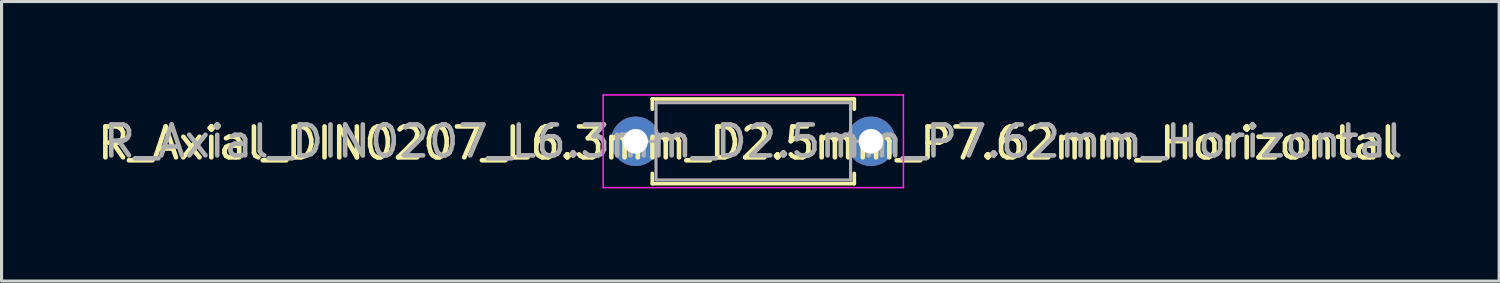
<source format=kicad_pcb>
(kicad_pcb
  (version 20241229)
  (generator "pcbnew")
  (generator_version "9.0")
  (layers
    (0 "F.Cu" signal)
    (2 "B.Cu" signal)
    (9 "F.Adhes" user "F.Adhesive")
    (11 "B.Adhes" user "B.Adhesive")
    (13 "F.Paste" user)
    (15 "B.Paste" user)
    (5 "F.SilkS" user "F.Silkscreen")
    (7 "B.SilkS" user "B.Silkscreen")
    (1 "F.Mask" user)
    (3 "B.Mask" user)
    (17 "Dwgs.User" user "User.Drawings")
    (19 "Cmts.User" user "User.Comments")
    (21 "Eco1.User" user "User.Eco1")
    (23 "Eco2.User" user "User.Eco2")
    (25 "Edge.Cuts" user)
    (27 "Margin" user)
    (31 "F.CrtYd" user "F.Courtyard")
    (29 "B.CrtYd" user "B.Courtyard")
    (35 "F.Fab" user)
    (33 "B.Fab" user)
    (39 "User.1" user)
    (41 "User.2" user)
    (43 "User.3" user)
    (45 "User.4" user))
  (footprint "R_Axial_DIN0207_L6.3mm_D2.5mm_P7.62mm_Horizontal"
    (layer "F.Cu")
    (at 17.529 1.525)
    (property "Reference" "R_Axial_DIN0207_L6.3mm_D2.5mm_P7.62mm_Horizontal" (at 3.619 0.064 0) (layer "F.SilkS") (effects (font (size 1 1) (thickness 0.15))))
    (attr through_hole)
    (fp_line (start 0.54 -1.37) (end 7.08 -1.37) (stroke (width 0.12) (type solid)) (layer "F.SilkS"))
    (fp_line (start 0.54 -1.04) (end 0.54 -1.37) (stroke (width 0.12) (type solid)) (layer "F.SilkS"))
    (fp_line (start 0.54 1.04) (end 0.54 1.37) (stroke (width 0.12) (type solid)) (layer "F.SilkS"))
    (fp_line (start 0.54 1.37) (end 7.08 1.37) (stroke (width 0.12) (type solid)) (layer "F.SilkS"))
    (fp_line (start 7.08 -1.37) (end 7.08 -1.04) (stroke (width 0.12) (type solid)) (layer "F.SilkS"))
    (fp_line (start 7.08 1.37) (end 7.08 1.04) (stroke (width 0.12) (type solid)) (layer "F.SilkS"))
    (fp_line (start -1.05 -1.5) (end -1.05 1.5) (stroke (width 0.05) (type solid)) (layer "F.CrtYd"))
    (fp_line (start -1.05 1.5) (end 8.67 1.5) (stroke (width 0.05) (type solid)) (layer "F.CrtYd"))
    (fp_line (start 8.67 -1.5) (end -1.05 -1.5) (stroke (width 0.05) (type solid)) (layer "F.CrtYd"))
    (fp_line (start 8.67 1.5) (end 8.67 -1.5) (stroke (width 0.05) (type solid)) (layer "F.CrtYd"))
    (fp_line (start 0 0) (end 0.66 0) (stroke (width 0.1) (type solid)) (layer "F.Fab"))
    (fp_line (start 0.66 -1.25) (end 0.66 1.25) (stroke (width 0.1) (type solid)) (layer "F.Fab"))
    (fp_line (start 0.66 1.25) (end 6.96 1.25) (stroke (width 0.1) (type solid)) (layer "F.Fab"))
    (fp_line (start 6.96 -1.25) (end 0.66 -1.25) (stroke (width 0.1) (type solid)) (layer "F.Fab"))
    (fp_line (start 6.96 1.25) (end 6.96 -1.25) (stroke (width 0.1) (type solid)) (layer "F.Fab"))
    (fp_line (start 7.62 0) (end 6.96 0) (stroke (width 0.1) (type solid)) (layer "F.Fab"))
    (fp_text user "${REFERENCE}" (at 3.81 0 0) (layer "F.Fab") (effects (font (size 1 1) (thickness 0.15))))
    (pad "1" thru_hole circle (at 0 0) (size 1.6 1.6) (drill 0.8) (layers "*.Cu" "*.Mask"))
    (pad "2" thru_hole oval (at 7.62 0) (size 1.6 1.6) (drill 0.8) (layers "*.Cu" "*.Mask")))
  (gr_rect
    (start -3 -3)
    (end 45.488 6.05)
    (stroke (width 0.1) (type default))
    (fill no)
    (layer "Edge.Cuts")))
</source>
